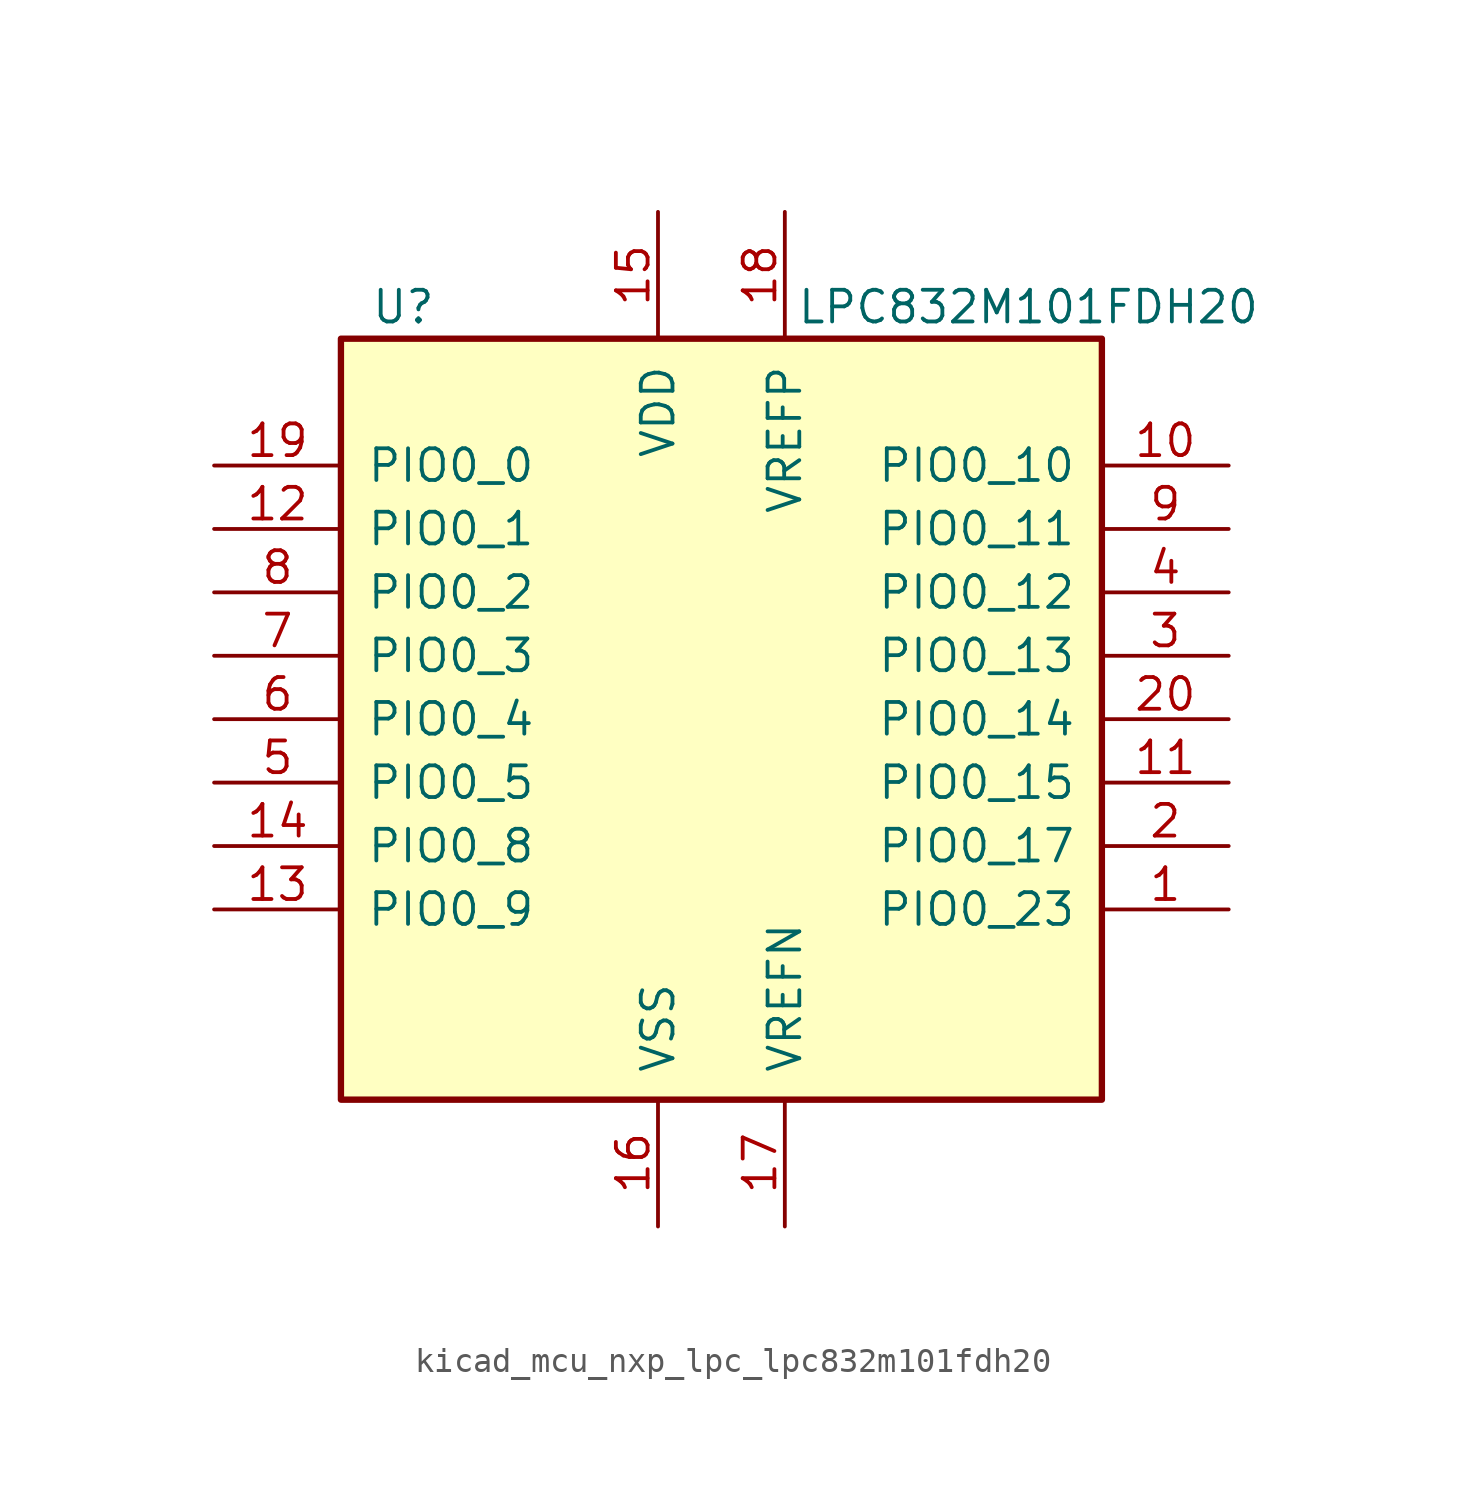
<source format=kicad_sym>
(kicad_symbol_lib
  (version 20220914)
  (generator kicad_symbol_editor)
  (symbol "kicad_mcu_nxp_lpc_lpc832m101fdh20"
    (pin_names
      (offset 1.016))
    (property "Reference" "U"
      (at -11.43 16.51 0)
      (effects (font (size 1.27 1.27)) (justify right)))
    (property "Value" "LPC832M101FDH20"
      (at 21.59 16.51 0)
      (effects (font (size 1.27 1.27)) (justify right)))
    (symbol "kicad_mcu_nxp_lpc_lpc832m101fdh20_0_1"
      (rectangle (start -15.24 15.24) (end 15.24 -15.24) (stroke (width 0.254) (type default)) (fill (type background))))
    (symbol "kicad_mcu_nxp_lpc_lpc832m101fdh20_1_1"
      (pin bidirectional line (at 20.32 -7.62 180) (length 5.08) (name "PIO0_23" (effects (font (size 1.27 1.27)))) (number "1" (effects (font (size 1.27 1.27)))))
      (pin bidirectional line (at 20.32 10.16 180) (length 5.08) (name "PIO0_10" (effects (font (size 1.27 1.27)))) (number "10" (effects (font (size 1.27 1.27)))))
      (pin bidirectional line (at 20.32 -2.54 180) (length 5.08) (name "PIO0_15" (effects (font (size 1.27 1.27)))) (number "11" (effects (font (size 1.27 1.27)))))
      (pin bidirectional line (at -20.32 7.62 0) (length 5.08) (name "PIO0_1" (effects (font (size 1.27 1.27)))) (number "12" (effects (font (size 1.27 1.27)))))
      (pin bidirectional line (at -20.32 -7.62 0) (length 5.08) (name "PIO0_9" (effects (font (size 1.27 1.27)))) (number "13" (effects (font (size 1.27 1.27)))))
      (pin bidirectional line (at -20.32 -5.08 0) (length 5.08) (name "PIO0_8" (effects (font (size 1.27 1.27)))) (number "14" (effects (font (size 1.27 1.27)))))
      (pin power_in line (at -2.54 20.32 270) (length 5.08) (name "VDD" (effects (font (size 1.27 1.27)))) (number "15" (effects (font (size 1.27 1.27)))))
      (pin power_in line (at -2.54 -20.32 90) (length 5.08) (name "VSS" (effects (font (size 1.27 1.27)))) (number "16" (effects (font (size 1.27 1.27)))))
      (pin power_in line (at 2.54 -20.32 90) (length 5.08) (name "VREFN" (effects (font (size 1.27 1.27)))) (number "17" (effects (font (size 1.27 1.27)))))
      (pin power_in line (at 2.54 20.32 270) (length 5.08) (name "VREFP" (effects (font (size 1.27 1.27)))) (number "18" (effects (font (size 1.27 1.27)))))
      (pin bidirectional line (at -20.32 10.16 0) (length 5.08) (name "PIO0_0" (effects (font (size 1.27 1.27)))) (number "19" (effects (font (size 1.27 1.27)))))
      (pin bidirectional line (at 20.32 -5.08 180) (length 5.08) (name "PIO0_17" (effects (font (size 1.27 1.27)))) (number "2" (effects (font (size 1.27 1.27)))))
      (pin bidirectional line (at 20.32 0 180) (length 5.08) (name "PIO0_14" (effects (font (size 1.27 1.27)))) (number "20" (effects (font (size 1.27 1.27)))))
      (pin bidirectional line (at 20.32 2.54 180) (length 5.08) (name "PIO0_13" (effects (font (size 1.27 1.27)))) (number "3" (effects (font (size 1.27 1.27)))))
      (pin bidirectional line (at 20.32 5.08 180) (length 5.08) (name "PIO0_12" (effects (font (size 1.27 1.27)))) (number "4" (effects (font (size 1.27 1.27)))))
      (pin bidirectional line (at -20.32 -2.54 0) (length 5.08) (name "PIO0_5" (effects (font (size 1.27 1.27)))) (number "5" (effects (font (size 1.27 1.27)))))
      (pin bidirectional line (at -20.32 0 0) (length 5.08) (name "PIO0_4" (effects (font (size 1.27 1.27)))) (number "6" (effects (font (size 1.27 1.27)))))
      (pin bidirectional line (at -20.32 2.54 0) (length 5.08) (name "PIO0_3" (effects (font (size 1.27 1.27)))) (number "7" (effects (font (size 1.27 1.27)))))
      (pin bidirectional line (at -20.32 5.08 0) (length 5.08) (name "PIO0_2" (effects (font (size 1.27 1.27)))) (number "8" (effects (font (size 1.27 1.27)))))
      (pin bidirectional line (at 20.32 7.62 180) (length 5.08) (name "PIO0_11" (effects (font (size 1.27 1.27)))) (number "9" (effects (font (size 1.27 1.27))))))))
</source>
